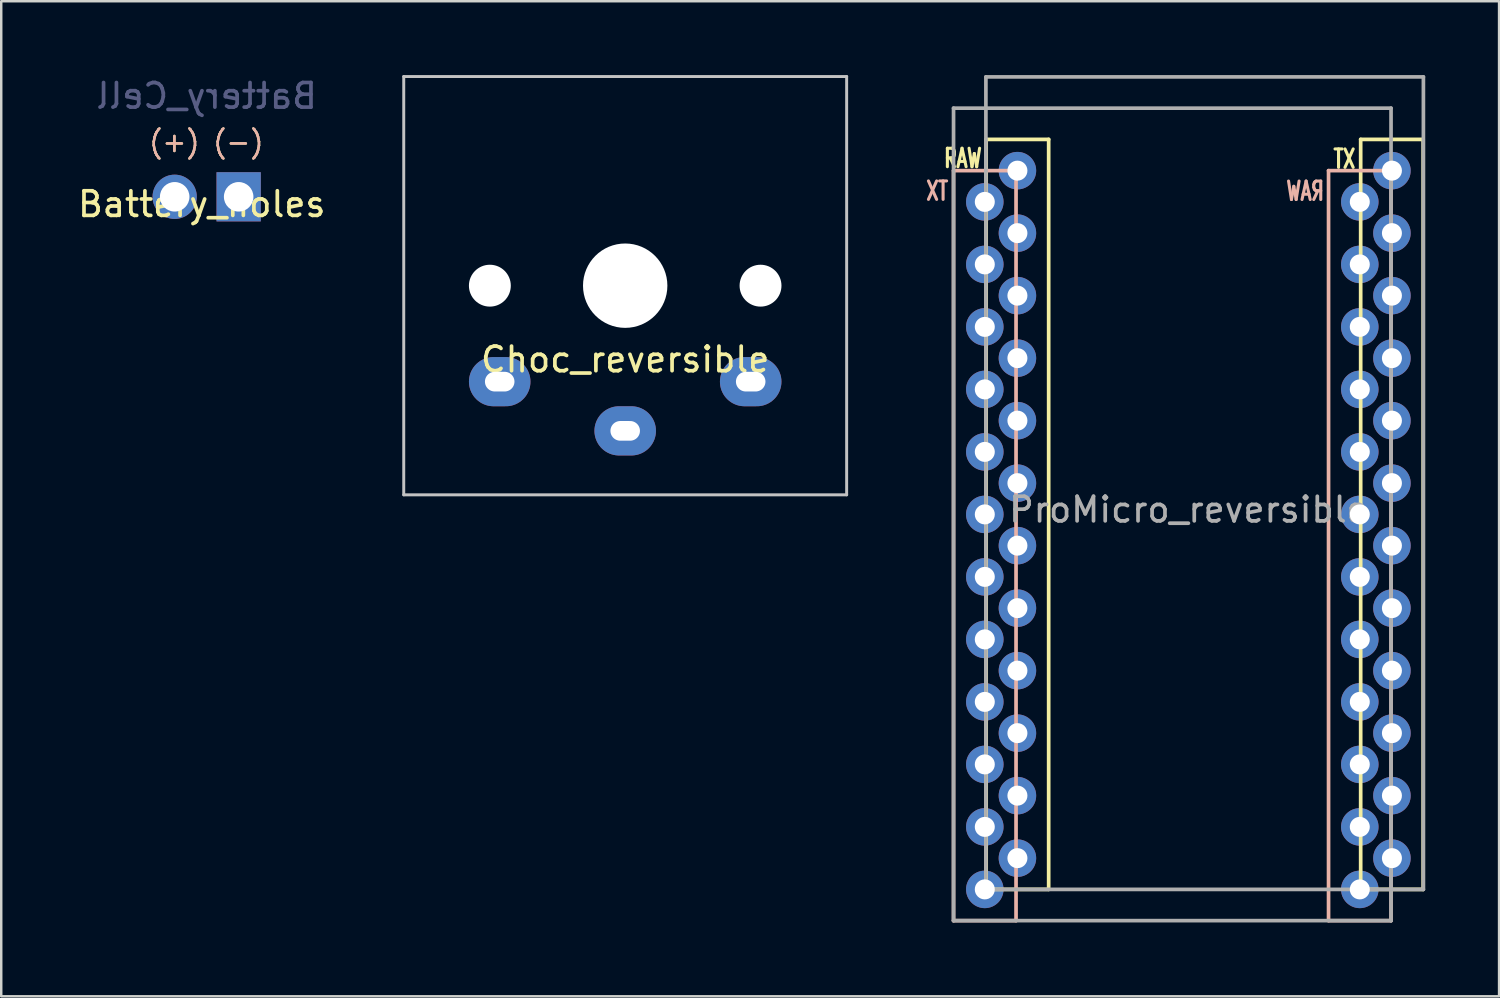
<source format=kicad_pcb>
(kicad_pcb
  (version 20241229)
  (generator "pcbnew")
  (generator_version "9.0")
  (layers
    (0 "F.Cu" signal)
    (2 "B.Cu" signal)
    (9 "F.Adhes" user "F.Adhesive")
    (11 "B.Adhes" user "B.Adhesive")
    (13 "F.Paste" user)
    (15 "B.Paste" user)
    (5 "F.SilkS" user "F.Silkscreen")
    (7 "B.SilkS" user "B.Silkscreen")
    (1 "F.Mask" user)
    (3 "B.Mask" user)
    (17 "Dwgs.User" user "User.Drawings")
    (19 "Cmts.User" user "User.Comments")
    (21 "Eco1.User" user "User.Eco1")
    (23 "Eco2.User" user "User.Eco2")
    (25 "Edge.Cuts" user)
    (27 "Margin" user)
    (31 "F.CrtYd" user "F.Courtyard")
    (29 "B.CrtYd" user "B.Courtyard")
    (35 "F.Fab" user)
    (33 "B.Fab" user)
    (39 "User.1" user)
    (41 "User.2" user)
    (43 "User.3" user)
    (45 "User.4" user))
  (footprint "Battery_holes"
    (layer "F.Cu")
    (at 5.349 4.948)
    (property "Reference" "Battery_holes" (at -0.2 0.3 180) (layer "F.SilkS") (effects (font (size 1 1) (thickness 0.15))))
    (fp_text user "(+)" (at -1.312 -2.228 0) (layer "F.SilkS") (effects (font (size 0.8 0.8) (thickness 0.1))))
    (fp_text user "(-)" (at 1.288 -2.228 0) (layer "F.SilkS") (effects (font (size 0.8 0.8) (thickness 0.1))))
    (fp_text user "(-)" (at 1.288 -2.228 0) (layer "B.SilkS") (effects (font (size 0.8 0.8) (thickness 0.1)) (justify mirror)))
    (fp_text user "(+)" (at -1.312 -2.228 0) (layer "B.SilkS") (effects (font (size 0.8 0.8) (thickness 0.1)) (justify mirror)))
    (fp_text user "Battery_Cell" (at 0 -4.1 180) (layer "B.Fab") (effects (font (size 1 1) (thickness 0.15)) (justify mirror)))
    (pad "1" thru_hole circle (at -1.3 0) (size 1.8 1.8) (drill 1.2) (layers "*.Cu" "*.Mask"))
    (pad "2" thru_hole rect (at 1.3 0) (size 1.8 2) (drill 1.2) (layers "*.Cu" "*.Mask")))
  (footprint "Choc_reversible"
    (layer "F.Cu")
    (at 22.358 8.56)
    (property "Reference" "Choc_reversible" (at 0 3 0) (layer "F.SilkS") (effects (font (size 1 1) (thickness 0.15))))
    (attr through_hole)
    (fp_line (start -9 -8.5) (end 9 -8.5) (stroke (width 0.12) (type solid)) (layer "Dwgs.User"))
    (fp_line (start -9 8.5) (end -9 -8.5) (stroke (width 0.12) (type solid)) (layer "Dwgs.User"))
    (fp_line (start 9 -8.5) (end 9 8.5) (stroke (width 0.12) (type solid)) (layer "Dwgs.User"))
    (fp_line (start 9 8.5) (end -9 8.5) (stroke (width 0.12) (type solid)) (layer "Dwgs.User"))
    (fp_line (start -6.9 6.9) (end -6.9 -6.9) (stroke (width 0.15) (type solid)) (layer "Eco2.User"))
    (fp_line (start -6.9 6.9) (end 6.9 6.9) (stroke (width 0.15) (type solid)) (layer "Eco2.User"))
    (fp_line (start 6.9 -6.9) (end -6.9 -6.9) (stroke (width 0.15) (type solid)) (layer "Eco2.User"))
    (fp_line (start 6.9 -6.9) (end 6.9 6.9) (stroke (width 0.15) (type solid)) (layer "Eco2.User"))
    (pad "" np_thru_hole circle (at -5.5 0) (size 1.702 1.702) (drill 1.702) (layers "*.Cu" "*.Mask"))
    (pad "" np_thru_hole circle (at 0 0) (size 3.429 3.429) (drill 3.429) (layers "*.Cu" "*.Mask"))
    (pad "" np_thru_hole circle (at 5.5 0) (size 1.702 1.702) (drill 1.702) (layers "*.Cu" "*.Mask"))
    (pad "1" thru_hole oval (at -5.1 3.9) (size 2.5 2) (drill oval 1.2 0.8) (layers "*.Cu" "B.Mask"))
    (pad "1" thru_hole oval (at 5.1 3.9) (size 2.5 2) (drill oval 1.2 0.8) (layers "*.Cu" "F.Mask"))
    (pad "2" thru_hole oval (at 0 5.9) (size 2.5 2) (drill oval 1.2 0.8) (layers "*.Cu" "*.Mask")))
  (footprint "ProMicro_reversible"
    (layer "F.Cu")
    (at 45.247 18.363)
    (property "Reference" "ProMicro_reversible" (at 0 -0.7 0) (layer "F.Fab") (effects (font (size 1 1) (thickness 0.15))))
    (attr through_hole)
    (fp_line (start -8.219 -15.748) (end -5.679 -15.748) (stroke (width 0.15) (type solid)) (layer "F.SilkS"))
    (fp_line (start -8.219 14.732) (end -8.219 -15.748) (stroke (width 0.15) (type solid)) (layer "F.SilkS"))
    (fp_line (start -5.679 -15.748) (end -5.679 14.732) (stroke (width 0.15) (type solid)) (layer "F.SilkS"))
    (fp_line (start -5.679 14.732) (end -8.219 14.732) (stroke (width 0.15) (type solid)) (layer "F.SilkS"))
    (fp_line (start 7.001 -15.748) (end 9.541 -15.748) (stroke (width 0.15) (type solid)) (layer "F.SilkS"))
    (fp_line (start 7.001 14.732) (end 7.001 -15.748) (stroke (width 0.15) (type solid)) (layer "F.SilkS"))
    (fp_line (start 9.541 -15.748) (end 9.541 14.732) (stroke (width 0.15) (type solid)) (layer "F.SilkS"))
    (fp_line (start 9.541 14.732) (end 7.001 14.732) (stroke (width 0.15) (type solid)) (layer "F.SilkS"))
    (fp_line (start -9.545 -14.478) (end -7.005 -14.478) (stroke (width 0.15) (type solid)) (layer "B.SilkS"))
    (fp_line (start -9.545 16.002) (end -9.545 -14.478) (stroke (width 0.15) (type solid)) (layer "B.SilkS"))
    (fp_line (start -7.005 -14.478) (end -7.005 16.002) (stroke (width 0.15) (type solid)) (layer "B.SilkS"))
    (fp_line (start -7.005 16.002) (end -9.545 16.002) (stroke (width 0.15) (type solid)) (layer "B.SilkS"))
    (fp_line (start 5.695 -14.478) (end 8.235 -14.478) (stroke (width 0.15) (type solid)) (layer "B.SilkS"))
    (fp_line (start 5.695 16.002) (end 5.695 -14.478) (stroke (width 0.15) (type solid)) (layer "B.SilkS"))
    (fp_line (start 8.235 -14.478) (end 8.235 16.002) (stroke (width 0.15) (type solid)) (layer "B.SilkS"))
    (fp_line (start 8.235 16.002) (end 5.695 16.002) (stroke (width 0.15) (type solid)) (layer "B.SilkS"))
    (fp_line (start -9.545 -17.018) (end 8.235 -17.018) (stroke (width 0.15) (type solid)) (layer "F.Fab"))
    (fp_line (start -9.545 16.002) (end -9.545 -17.018) (stroke (width 0.15) (type solid)) (layer "F.Fab"))
    (fp_line (start -8.23 -18.288) (end 9.55 -18.288) (stroke (width 0.15) (type solid)) (layer "F.Fab"))
    (fp_line (start -8.23 14.732) (end -8.23 -18.288) (stroke (width 0.15) (type solid)) (layer "F.Fab"))
    (fp_line (start 8.235 -17.018) (end 8.235 16.002) (stroke (width 0.15) (type solid)) (layer "F.Fab"))
    (fp_line (start 8.235 16.002) (end -9.545 16.002) (stroke (width 0.15) (type solid)) (layer "F.Fab"))
    (fp_line (start 9.55 -18.288) (end 9.55 14.732) (stroke (width 0.15) (type solid)) (layer "F.Fab"))
    (fp_line (start 9.55 14.732) (end -8.23 14.732) (stroke (width 0.15) (type solid)) (layer "F.Fab"))
    (fp_text user "RAW" (at -9.997 -14.979 0) (layer "F.SilkS") (effects (font (size 0.75 0.5) (thickness 0.125)) (justify left)))
    (fp_text user "TX" (at 6.85 -14.951 180) (layer "F.SilkS") (effects (font (size 0.75 0.5) (thickness 0.125)) (justify right)))
    (fp_text user "TX" (at -9.697 -13.651 0) (layer "B.SilkS") (effects (font (size 0.75 0.5) (thickness 0.125)) (justify left mirror)))
    (fp_text user "RAW" (at 5.58 -13.646 0) (layer "B.SilkS") (effects (font (size 0.75 0.5) (thickness 0.125)) (justify left mirror)))
    (pad "1" thru_hole circle (at -8.275 -13.208) (size 1.524 1.524) (drill 0.813) (layers "*.Cu" "*.Mask"))
    (pad "1" thru_hole circle (at 8.271 -14.478) (size 1.524 1.524) (drill 0.813) (layers "*.Cu" "*.Mask"))
    (pad "2" thru_hole circle (at -8.275 -10.668) (size 1.524 1.524) (drill 0.813) (layers "*.Cu" "*.Mask"))
    (pad "2" thru_hole circle (at 8.271 -11.938) (size 1.524 1.524) (drill 0.813) (layers "*.Cu" "*.Mask"))
    (pad "3" thru_hole circle (at -8.275 -8.128) (size 1.524 1.524) (drill 0.813) (layers "*.Cu" "*.Mask"))
    (pad "3" thru_hole circle (at 8.271 -9.398) (size 1.524 1.524) (drill 0.813) (layers "*.Cu" "*.Mask"))
    (pad "4" thru_hole circle (at -8.275 -5.588) (size 1.524 1.524) (drill 0.813) (layers "*.Cu" "*.Mask"))
    (pad "4" thru_hole circle (at 8.271 -6.858) (size 1.524 1.524) (drill 0.813) (layers "*.Cu" "*.Mask"))
    (pad "5" thru_hole circle (at -8.275 -3.048) (size 1.524 1.524) (drill 0.813) (layers "*.Cu" "*.Mask"))
    (pad "5" thru_hole circle (at 8.271 -4.318) (size 1.524 1.524) (drill 0.813) (layers "*.Cu" "*.Mask"))
    (pad "6" thru_hole circle (at -8.275 -0.508) (size 1.524 1.524) (drill 0.813) (layers "*.Cu" "*.Mask"))
    (pad "6" thru_hole circle (at 8.271 -1.778) (size 1.524 1.524) (drill 0.813) (layers "*.Cu" "*.Mask"))
    (pad "7" thru_hole circle (at -8.275 2.032) (size 1.524 1.524) (drill 0.813) (layers "*.Cu" "*.Mask"))
    (pad "7" thru_hole circle (at 8.271 0.762) (size 1.524 1.524) (drill 0.813) (layers "*.Cu" "*.Mask"))
    (pad "8" thru_hole circle (at -8.275 4.572) (size 1.524 1.524) (drill 0.813) (layers "*.Cu" "*.Mask"))
    (pad "8" thru_hole circle (at 8.271 3.302) (size 1.524 1.524) (drill 0.813) (layers "*.Cu" "*.Mask"))
    (pad "9" thru_hole circle (at -8.275 7.112) (size 1.524 1.524) (drill 0.813) (layers "*.Cu" "*.Mask"))
    (pad "9" thru_hole circle (at 8.271 5.842) (size 1.524 1.524) (drill 0.813) (layers "*.Cu" "*.Mask"))
    (pad "10" thru_hole circle (at -8.275 9.652) (size 1.524 1.524) (drill 0.813) (layers "*.Cu" "*.Mask"))
    (pad "10" thru_hole circle (at 8.271 8.382) (size 1.524 1.524) (drill 0.813) (layers "*.Cu" "*.Mask"))
    (pad "11" thru_hole circle (at -8.275 12.192) (size 1.524 1.524) (drill 0.813) (layers "*.Cu" "*.Mask"))
    (pad "11" thru_hole circle (at 8.271 10.922) (size 1.524 1.524) (drill 0.813) (layers "*.Cu" "*.Mask"))
    (pad "12" thru_hole circle (at -8.275 14.732) (size 1.524 1.524) (drill 0.813) (layers "*.Cu" "*.Mask"))
    (pad "12" thru_hole circle (at 8.271 13.462) (size 1.524 1.524) (drill 0.813) (layers "*.Cu" "*.Mask"))
    (pad "13" thru_hole circle (at -6.949 13.462) (size 1.524 1.524) (drill 0.813) (layers "*.Cu" "*.Mask"))
    (pad "13" thru_hole circle (at 6.965 14.732) (size 1.524 1.524) (drill 0.813) (layers "*.Cu" "*.Mask"))
    (pad "14" thru_hole circle (at -6.949 10.922) (size 1.524 1.524) (drill 0.813) (layers "*.Cu" "*.Mask"))
    (pad "14" thru_hole circle (at 6.965 12.192) (size 1.524 1.524) (drill 0.813) (layers "*.Cu" "*.Mask"))
    (pad "15" thru_hole circle (at -6.949 8.382) (size 1.524 1.524) (drill 0.813) (layers "*.Cu" "*.Mask"))
    (pad "15" thru_hole circle (at 6.965 9.652) (size 1.524 1.524) (drill 0.813) (layers "*.Cu" "*.Mask"))
    (pad "16" thru_hole circle (at -6.949 5.842) (size 1.524 1.524) (drill 0.813) (layers "*.Cu" "*.Mask"))
    (pad "16" thru_hole circle (at 6.965 7.112) (size 1.524 1.524) (drill 0.813) (layers "*.Cu" "*.Mask"))
    (pad "17" thru_hole circle (at -6.949 3.302) (size 1.524 1.524) (drill 0.813) (layers "*.Cu" "*.Mask"))
    (pad "17" thru_hole circle (at 6.965 4.572) (size 1.524 1.524) (drill 0.813) (layers "*.Cu" "*.Mask"))
    (pad "18" thru_hole circle (at -6.949 0.762) (size 1.524 1.524) (drill 0.813) (layers "*.Cu" "*.Mask"))
    (pad "18" thru_hole circle (at 6.965 2.032) (size 1.524 1.524) (drill 0.813) (layers "*.Cu" "*.Mask"))
    (pad "19" thru_hole circle (at -6.949 -1.778) (size 1.524 1.524) (drill 0.813) (layers "*.Cu" "*.Mask"))
    (pad "19" thru_hole circle (at 6.965 -0.508) (size 1.524 1.524) (drill 0.813) (layers "*.Cu" "*.Mask"))
    (pad "20" thru_hole circle (at -6.949 -4.318) (size 1.524 1.524) (drill 0.813) (layers "*.Cu" "*.Mask"))
    (pad "20" thru_hole circle (at 6.965 -3.048) (size 1.524 1.524) (drill 0.813) (layers "*.Cu" "*.Mask"))
    (pad "21" thru_hole circle (at -6.949 -6.858) (size 1.524 1.524) (drill 0.813) (layers "*.Cu" "*.Mask"))
    (pad "21" thru_hole circle (at 6.965 -5.588) (size 1.524 1.524) (drill 0.813) (layers "*.Cu" "*.Mask"))
    (pad "22" thru_hole circle (at -6.949 -9.398) (size 1.524 1.524) (drill 0.813) (layers "*.Cu" "*.Mask"))
    (pad "22" thru_hole circle (at 6.965 -8.128) (size 1.524 1.524) (drill 0.813) (layers "*.Cu" "*.Mask"))
    (pad "23" thru_hole circle (at -6.949 -11.938) (size 1.524 1.524) (drill 0.813) (layers "*.Cu" "*.Mask"))
    (pad "23" thru_hole circle (at 6.965 -10.668) (size 1.524 1.524) (drill 0.813) (layers "*.Cu" "*.Mask"))
    (pad "24" thru_hole circle (at -6.949 -14.478) (size 1.524 1.524) (drill 0.813) (layers "*.Cu" "*.Mask"))
    (pad "24" thru_hole circle (at 6.965 -13.208) (size 1.524 1.524) (drill 0.813) (layers "*.Cu" "*.Mask")))
  (gr_rect
    (start -3 -3)
    (end 57.872 37.44)
    (stroke (width 0.1) (type default))
    (fill no)
    (layer "Edge.Cuts")))
</source>
